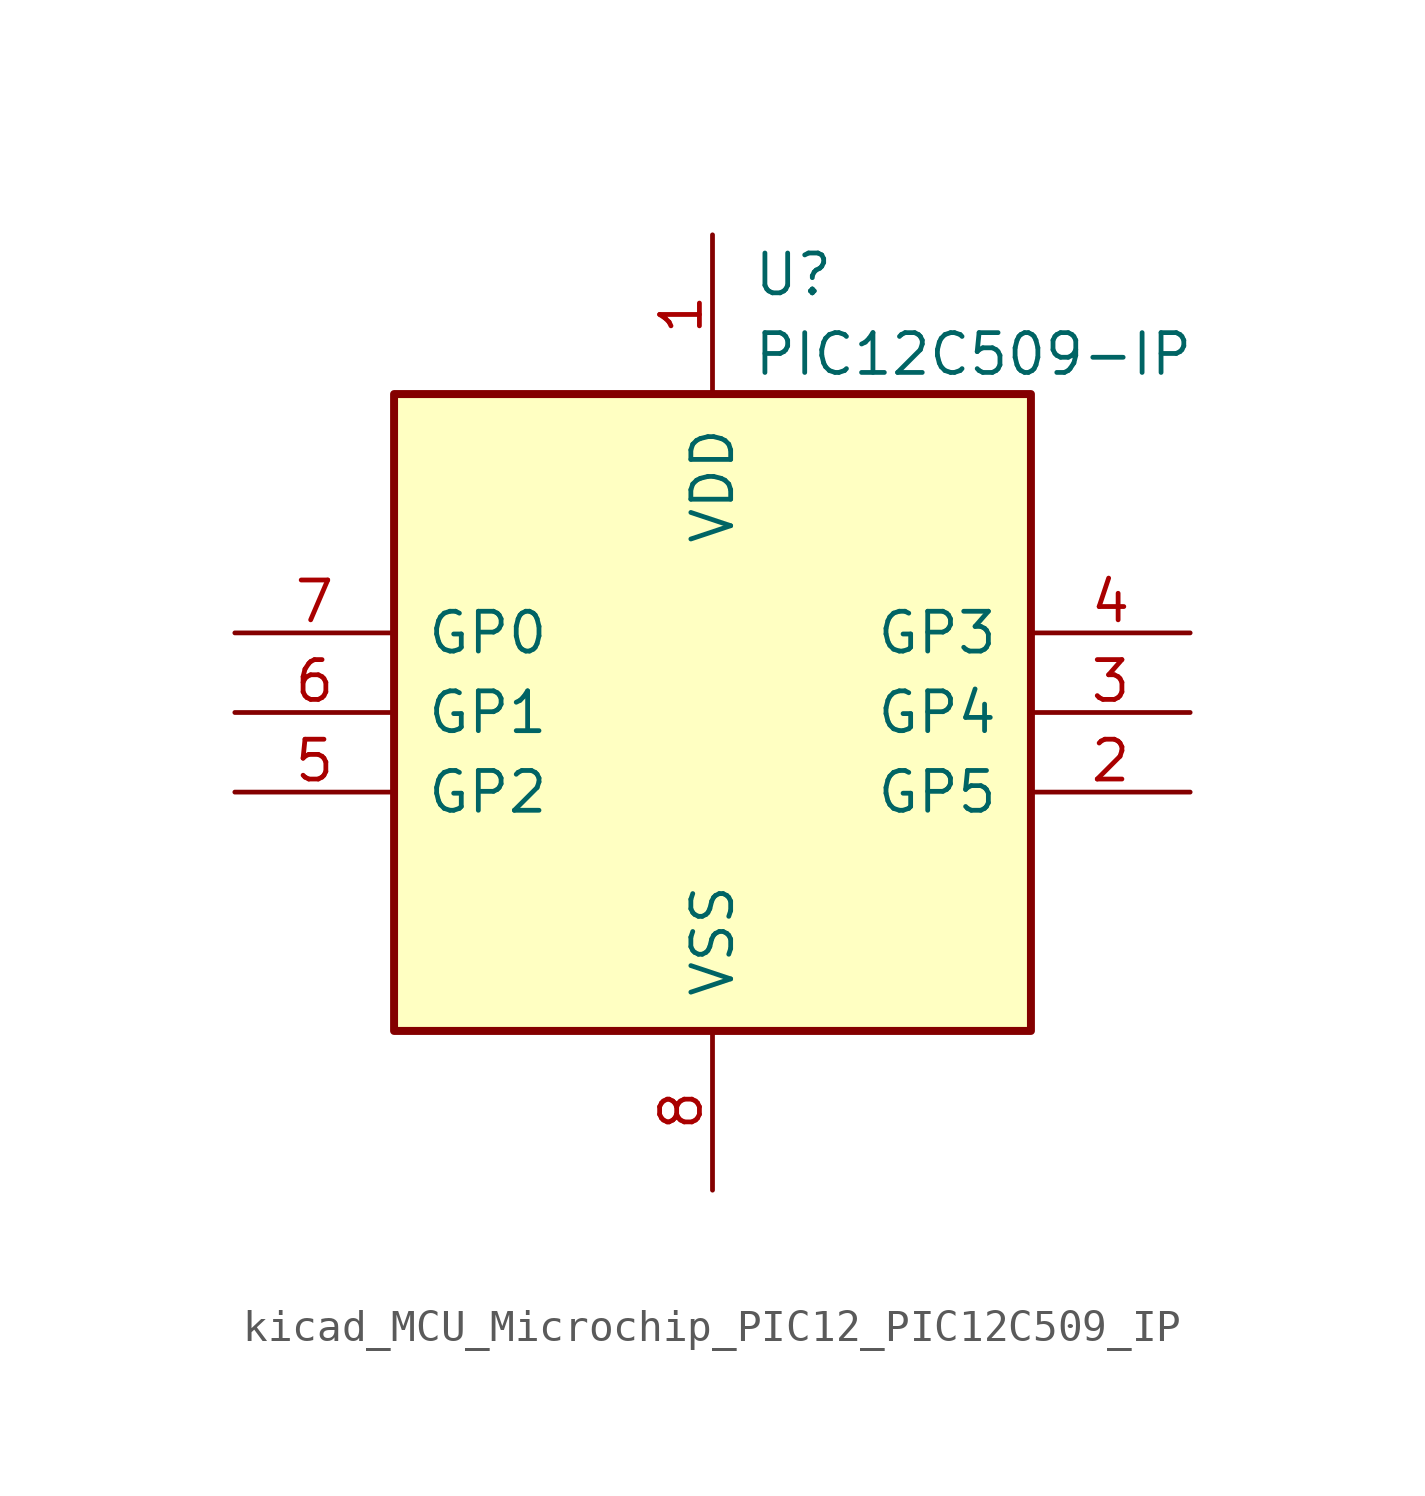
<source format=kicad_sym>
(kicad_symbol_lib
  (version 20220914)
  (generator kicad_symbol_editor)
  (symbol "kicad_MCU_Microchip_PIC12_PIC12C509_IP"
    (pin_names
      (offset 1.016))
    (property "Reference" "U"
      (at 1.27 13.97 0)
      (effects (font (size 1.27 1.27)) (justify left)))
    (property "Value" "PIC12C509-IP"
      (at 1.27 11.43 0)
      (effects (font (size 1.27 1.27)) (justify left)))
    (symbol "kicad_MCU_Microchip_PIC12_PIC12C509_IP_0_1"
      (rectangle (start 10.16 -10.16) (end -10.16 10.16) (stroke (width 0.254) (type default)) (fill (type background))))
    (symbol "kicad_MCU_Microchip_PIC12_PIC12C509_IP_1_1"
      (pin power_in line (at 0 15.24 270) (length 5.08) (name "VDD" (effects (font (size 1.27 1.27)))) (number "1" (effects (font (size 1.27 1.27)))))
      (pin bidirectional line (at 15.24 -2.54 180) (length 5.08) (name "GP5" (effects (font (size 1.27 1.27)))) (number "2" (effects (font (size 1.27 1.27)))))
      (pin bidirectional line (at 15.24 0 180) (length 5.08) (name "GP4" (effects (font (size 1.27 1.27)))) (number "3" (effects (font (size 1.27 1.27)))))
      (pin input line (at 15.24 2.54 180) (length 5.08) (name "GP3" (effects (font (size 1.27 1.27)))) (number "4" (effects (font (size 1.27 1.27)))))
      (pin bidirectional line (at -15.24 -2.54 0) (length 5.08) (name "GP2" (effects (font (size 1.27 1.27)))) (number "5" (effects (font (size 1.27 1.27)))))
      (pin bidirectional line (at -15.24 0 0) (length 5.08) (name "GP1" (effects (font (size 1.27 1.27)))) (number "6" (effects (font (size 1.27 1.27)))))
      (pin bidirectional line (at -15.24 2.54 0) (length 5.08) (name "GP0" (effects (font (size 1.27 1.27)))) (number "7" (effects (font (size 1.27 1.27)))))
      (pin power_in line (at 0 -15.24 90) (length 5.08) (name "VSS" (effects (font (size 1.27 1.27)))) (number "8" (effects (font (size 1.27 1.27))))))))
</source>
